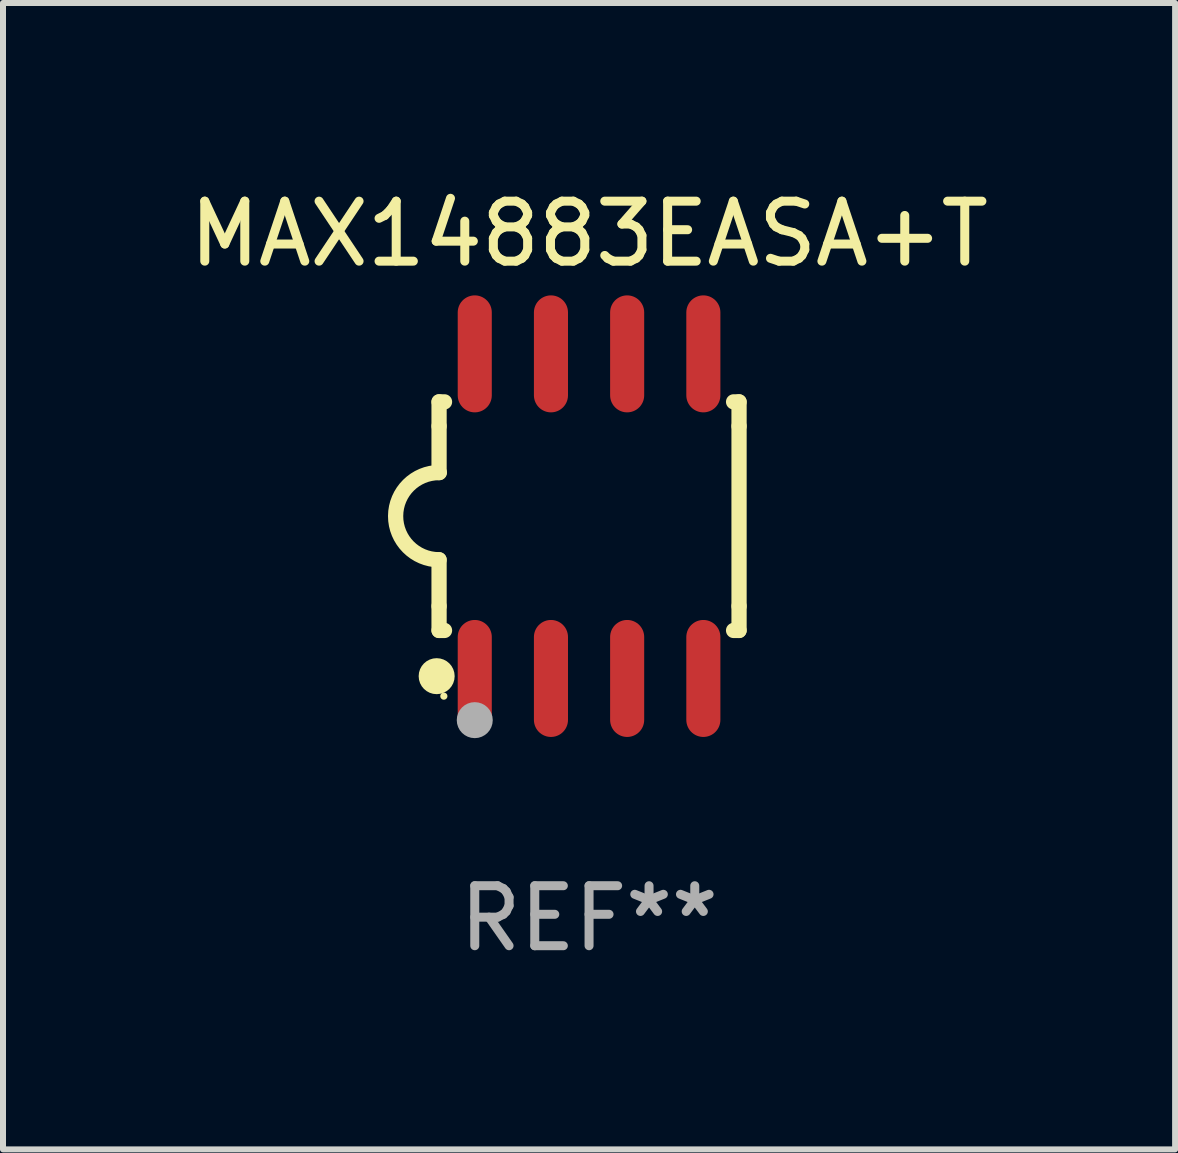
<source format=kicad_pcb>
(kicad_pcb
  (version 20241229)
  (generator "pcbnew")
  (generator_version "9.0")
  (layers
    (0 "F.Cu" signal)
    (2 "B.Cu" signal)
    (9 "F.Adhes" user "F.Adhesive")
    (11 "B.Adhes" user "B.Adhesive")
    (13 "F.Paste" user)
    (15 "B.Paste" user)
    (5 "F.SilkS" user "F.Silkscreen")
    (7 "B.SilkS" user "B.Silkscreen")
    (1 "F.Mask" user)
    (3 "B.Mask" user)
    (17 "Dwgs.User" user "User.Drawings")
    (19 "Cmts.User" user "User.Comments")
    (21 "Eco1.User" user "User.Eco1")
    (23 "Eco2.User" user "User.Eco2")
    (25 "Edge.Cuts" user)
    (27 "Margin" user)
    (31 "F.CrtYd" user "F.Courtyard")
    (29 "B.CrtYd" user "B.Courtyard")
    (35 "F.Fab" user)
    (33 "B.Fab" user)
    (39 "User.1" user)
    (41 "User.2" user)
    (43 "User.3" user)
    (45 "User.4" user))
  (footprint "MAX14883EASA+T"
    (layer "F.Cu")
    (at 6.768 5.553)
    (property "Reference" "MAX14883EASA+T" (at 0 -4.705 0) (layer "F.SilkS") (effects (font (size 1 1) (thickness 0.15))))
    (attr through_hole)
    (fp_line (start -2.5 -1.905) (end -2.409 -1.905) (stroke (width 0.254) (type solid)) (layer "F.SilkS"))
    (fp_line (start -2.5 -1.5) (end -2.5 -1.905) (stroke (width 0.254) (type solid)) (layer "F.SilkS"))
    (fp_line (start -2.5 -1.5) (end -2.5 -0.726) (stroke (width 0.254) (type solid)) (layer "F.SilkS"))
    (fp_line (start -2.5 1.5) (end -2.5 0.727) (stroke (width 0.254) (type solid)) (layer "F.SilkS"))
    (fp_line (start -2.5 1.5) (end -2.5 1.905) (stroke (width 0.254) (type solid)) (layer "F.SilkS"))
    (fp_line (start -2.5 1.905) (end -2.409 1.905) (stroke (width 0.254) (type solid)) (layer "F.SilkS"))
    (fp_line (start 2.5 -1.905) (end 2.409 -1.905) (stroke (width 0.254) (type solid)) (layer "F.SilkS"))
    (fp_line (start 2.5 -1.5) (end 2.5 -1.905) (stroke (width 0.254) (type solid)) (layer "F.SilkS"))
    (fp_line (start 2.5 -1.5) (end 2.5 1.5) (stroke (width 0.254) (type solid)) (layer "F.SilkS"))
    (fp_line (start 2.5 1.5) (end 2.5 1.905) (stroke (width 0.254) (type solid)) (layer "F.SilkS"))
    (fp_line (start 2.5 1.905) (end 2.409 1.905) (stroke (width 0.254) (type solid)) (layer "F.SilkS"))
    (fp_arc (start -2.5 0.726568) (mid -3.220316 -0.0023) (end -2.495097 -0.726289) (stroke (width 0.254001) (type solid)) (layer "F.SilkS"))
    (fp_circle (center -2.54 2.667) (end -2.39 2.667) (stroke (width 0.3) (type solid)) (fill no) (layer "F.SilkS"))
    (fp_circle (center -2.42 3) (end -2.39 3) (stroke (width 0.06) (type solid)) (fill no) (layer "F.SilkS"))
    (fp_circle (center -1.905 3.4) (end -1.755 3.4) (stroke (width 0.3) (type solid)) (fill no) (layer "F.Fab"))
    (fp_text user "REF**" (at 0 6.705 0) (layer "F.Fab") (effects (font (size 1 1) (thickness 0.15))))
    (pad "1" smd oval (at -1.905 2.705) (size 0.568 1.95) (layers "F.Cu" "F.Mask" "F.Paste"))
    (pad "2" smd oval (at -0.635 2.705) (size 0.568 1.95) (layers "F.Cu" "F.Mask" "F.Paste"))
    (pad "3" smd oval (at 0.635 2.705) (size 0.568 1.95) (layers "F.Cu" "F.Mask" "F.Paste"))
    (pad "4" smd oval (at 1.905 2.705) (size 0.568 1.95) (layers "F.Cu" "F.Mask" "F.Paste"))
    (pad "5" smd oval (at 1.905 -2.705) (size 0.568 1.95) (layers "F.Cu" "F.Mask" "F.Paste"))
    (pad "6" smd oval (at 0.635 -2.705) (size 0.568 1.95) (layers "F.Cu" "F.Mask" "F.Paste"))
    (pad "7" smd oval (at -0.635 -2.705) (size 0.568 1.95) (layers "F.Cu" "F.Mask" "F.Paste"))
    (pad "8" smd oval (at -1.905 -2.705) (size 0.568 1.95) (layers "F.Cu" "F.Mask" "F.Paste")))
  (gr_rect
    (start -3 -3)
    (end 16.536 16.107)
    (stroke (width 0.1) (type default))
    (fill no)
    (layer "Edge.Cuts")))
</source>
